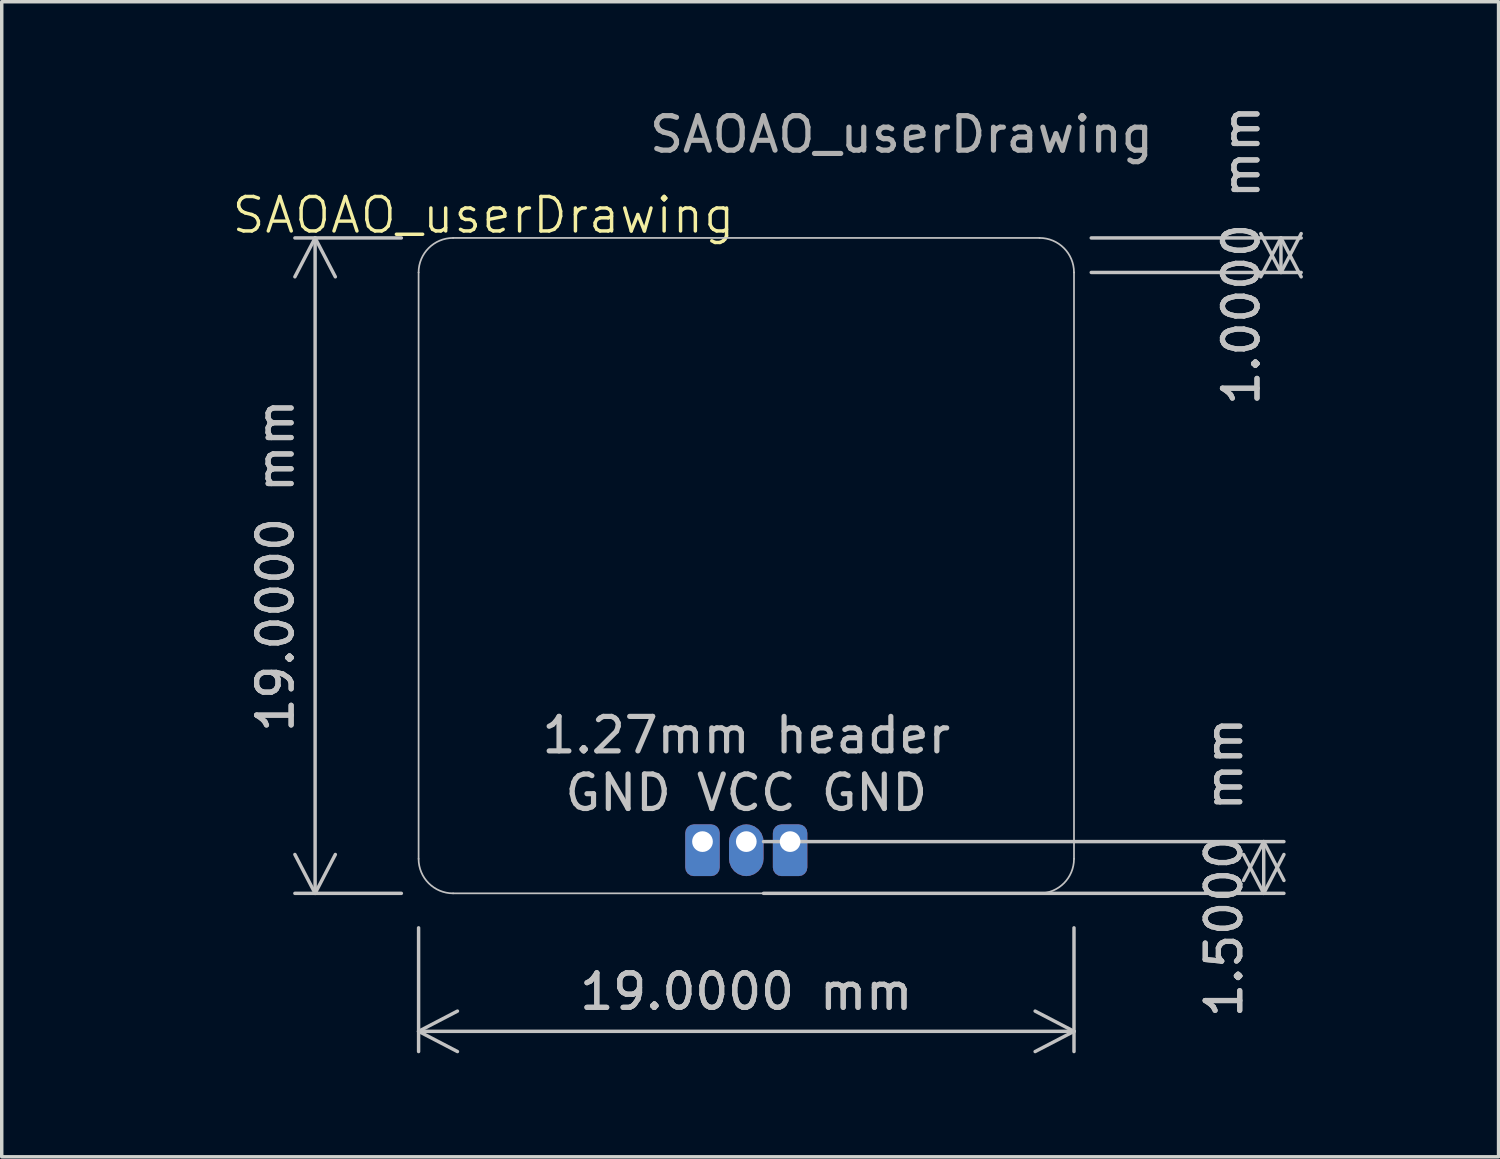
<source format=kicad_pcb>
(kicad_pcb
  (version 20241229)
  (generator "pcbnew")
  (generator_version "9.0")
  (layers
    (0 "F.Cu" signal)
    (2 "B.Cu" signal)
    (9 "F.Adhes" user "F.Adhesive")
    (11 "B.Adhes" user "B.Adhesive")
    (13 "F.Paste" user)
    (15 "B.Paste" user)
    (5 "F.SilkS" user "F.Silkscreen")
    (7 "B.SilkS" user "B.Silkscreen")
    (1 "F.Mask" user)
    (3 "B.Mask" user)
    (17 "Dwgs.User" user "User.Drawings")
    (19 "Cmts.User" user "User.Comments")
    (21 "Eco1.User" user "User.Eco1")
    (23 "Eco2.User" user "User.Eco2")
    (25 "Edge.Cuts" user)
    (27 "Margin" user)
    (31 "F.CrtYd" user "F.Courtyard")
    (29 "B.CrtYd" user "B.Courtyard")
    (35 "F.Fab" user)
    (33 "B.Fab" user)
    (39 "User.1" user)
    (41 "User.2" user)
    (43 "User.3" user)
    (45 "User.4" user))
  (footprint "SAOAO_userDrawing"
    (layer "F.Cu")
    (at 18.585 13.348)
    (property "Reference" "SAOAO_userDrawing" (at -7.62 -10.16 0) (unlocked yes) (layer "F.SilkS") (effects (font (size 1 1) (thickness 0.1))))
    (attr smd)
    (fp_line (start -9.5 -8.5) (end -9.5 8.5) (stroke (width 0.05) (type default)) (layer "Dwgs.User"))
    (fp_line (start -8.5 9.5) (end 8.5 9.5) (stroke (width 0.05) (type default)) (layer "Dwgs.User"))
    (fp_line (start 8.5 -9.5) (end -8.5 -9.5) (stroke (width 0.05) (type default)) (layer "Dwgs.User"))
    (fp_line (start 9.5 8.5) (end 9.5 -8.5) (stroke (width 0.05) (type default)) (layer "Dwgs.User"))
    (fp_arc (start -9.5 -8.5) (mid -9.207107 -9.207107) (end -8.5 -9.5) (stroke (width 0.05) (type default)) (layer "Dwgs.User"))
    (fp_arc (start -8.5 9.5) (mid -9.207107 9.207107) (end -9.5 8.5) (stroke (width 0.05) (type default)) (layer "Dwgs.User"))
    (fp_arc (start 8.5 -9.5) (mid 9.207107 -9.207107) (end 9.5 -8.5) (stroke (width 0.05) (type default)) (layer "Dwgs.User"))
    (fp_arc (start 9.5 8.5) (mid 9.207107 9.207107) (end 8.5 9.5) (stroke (width 0.05) (type default)) (layer "Dwgs.User"))
    (fp_text user "1.27mm header" (at 0 5.5 0) (unlocked yes) (layer "Dwgs.User") (effects (font (size 1 1) (thickness 0.15)) (justify bottom)))
    (fp_text user "GND VCC GND" (at 0 6 0) (unlocked yes) (layer "Dwgs.User") (effects (font (size 1 1) (thickness 0.15)) (justify top)))
    (fp_text user "${REFERENCE}" (at 4.5 -12.5 0) (unlocked yes) (layer "F.Fab") (effects (font (size 1 1) (thickness 0.15))))
    (dimension (type aligned) (layer "Dwgs.User") (pts (xy 9.085 23.348) (xy 28.085 23.348)) (height 3.5) (format (prefix "") (suffix "") (units 3) (units_format 1) (precision 4)) (style (thickness 0.1) (arrow_length 1.27) (text_position_mode 0) (arrow_direction outward) (extension_height 0.586) (extension_offset 0.5) (keep_text_aligned yes)) (gr_text "19.0000 mm" (at 18.585 25.698 0) (layer "Dwgs.User") (effects (font (size 1 1) (thickness 0.15)))))
    (dimension (type aligned) (layer "Dwgs.User") (pts (xy 28.085 3.848) (xy 28.085 4.848)) (height -6) (format (prefix "") (suffix "") (units 3) (units_format 1) (precision 4)) (style (thickness 0.1) (arrow_length 1.27) (text_position_mode 0) (arrow_direction outward) (extension_height 0.586) (extension_offset 0.5) (keep_text_aligned yes)) (gr_text "1.0000 mm" (at 32.935 4.348 90) (layer "Dwgs.User") (effects (font (size 1 1) (thickness 0.15)))))
    (dimension (type aligned) (layer "Dwgs.User") (pts (xy 9.085 3.848) (xy 9.085 22.848)) (height 3) (format (prefix "") (suffix "") (units 3) (units_format 1) (precision 4)) (style (thickness 0.1) (arrow_length 1.27) (text_position_mode 0) (arrow_direction outward) (extension_height 0.586) (extension_offset 0.5) (keep_text_aligned yes)) (gr_text "19.0000 mm" (at 4.935 13.348 90) (layer "Dwgs.User") (effects (font (size 1 1) (thickness 0.15)))))
    (dimension (type aligned) (layer "Dwgs.User") (pts (xy 18.585 21.348) (xy 18.585 22.848)) (height -15) (format (prefix "") (suffix "") (units 3) (units_format 1) (precision 4)) (style (thickness 0.1) (arrow_length 1.27) (text_position_mode 0) (arrow_direction outward) (extension_height 0.586) (extension_offset 0.5) (keep_text_aligned yes)) (gr_text "1.5000 mm" (at 32.435 22.098 90) (layer "Dwgs.User") (effects (font (size 1 1) (thickness 0.15)))))
    (pad "1" thru_hole roundrect (at -1.27 8) (size 1 1.5) (drill 0.6 (offset 0 0.25)) (layers "*.Cu" "F.Mask") (roundrect_rratio 0.25))
    (pad "2" thru_hole roundrect (at 0 8) (size 1 1.5) (drill 0.6 (offset 0 0.25)) (layers "*.Cu" "F.Mask") (roundrect_rratio 0.5))
    (pad "3" thru_hole roundrect (at 1.27 8) (size 1 1.5) (drill 0.6 (offset 0 0.25)) (layers "*.Cu" "F.Mask") (roundrect_rratio 0.25)))
  (gr_rect
    (start -3 -3)
    (end 40.393 30.485)
    (stroke (width 0.1) (type default))
    (fill no)
    (layer "Edge.Cuts")))
</source>
